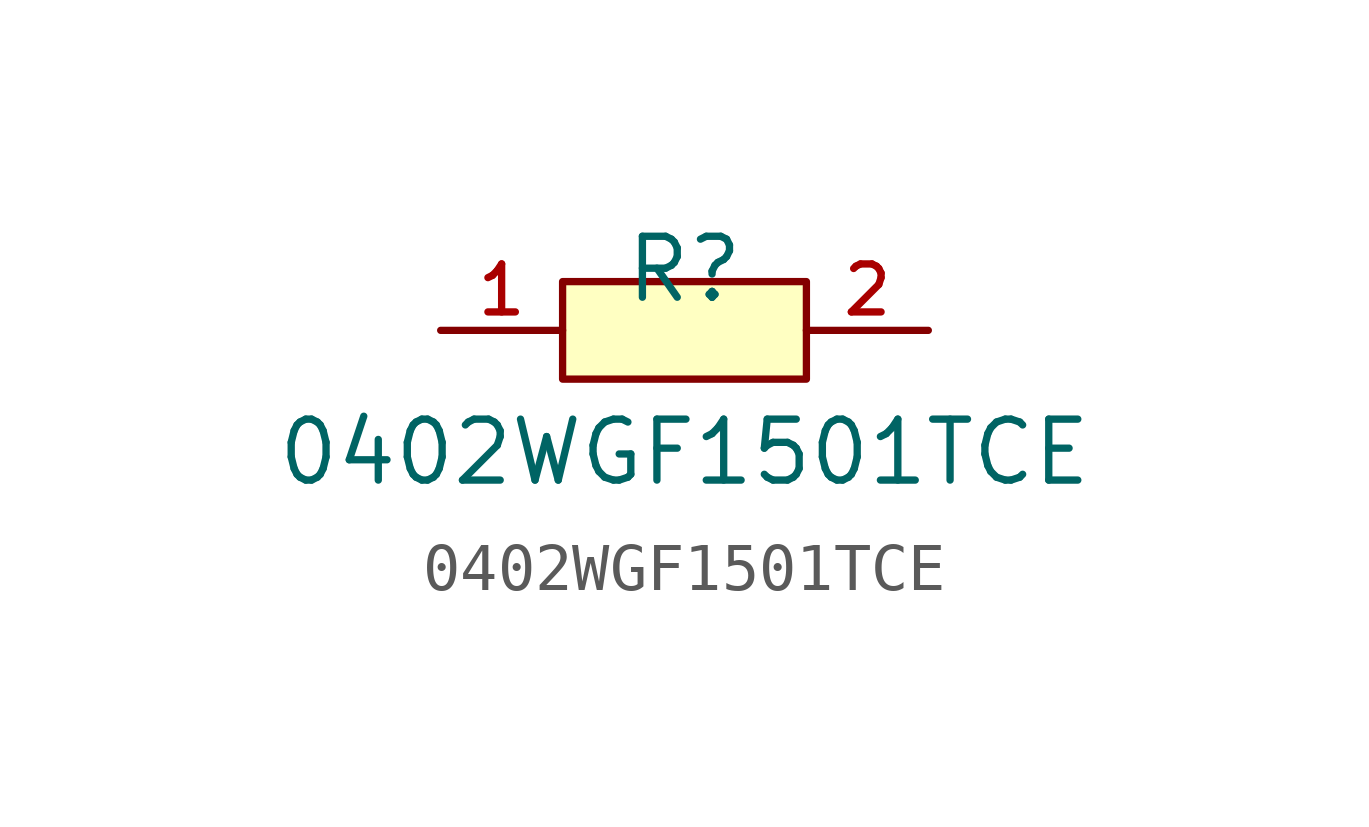
<source format=kicad_sym>
(kicad_symbol_lib
  (version 20210201)
  (generator TousstNicolas/JLC2KiCad_lib)
  (symbol "0402WGF1501TCE"
    (pin_names hide)
    (property "Reference" "R"
      (at 0 1.27 0)
      (effects (font (size 1.27 1.27))))
    (property "Value" "0402WGF1501TCE"
      (at 0 -2.54 0)
      (effects (font (size 1.27 1.27))))
    (symbol "0402WGF1501TCE_0_1"
      (pin input line (at 5.08 -0.0 180) (length 2.54) (name "2" (effects (font (size 1 1)))) (number "2" (effects (font (size 1 1)))))
      (pin input line (at -5.08 -0.0 0) (length 2.54) (name "1" (effects (font (size 1 1)))) (number "1" (effects (font (size 1 1)))))
      (rectangle (start -2.54 1.016) (end 2.54 -1.016) (stroke (width 0) (type default) (color 0 0 0 0)) (fill (type background))))))
</source>
